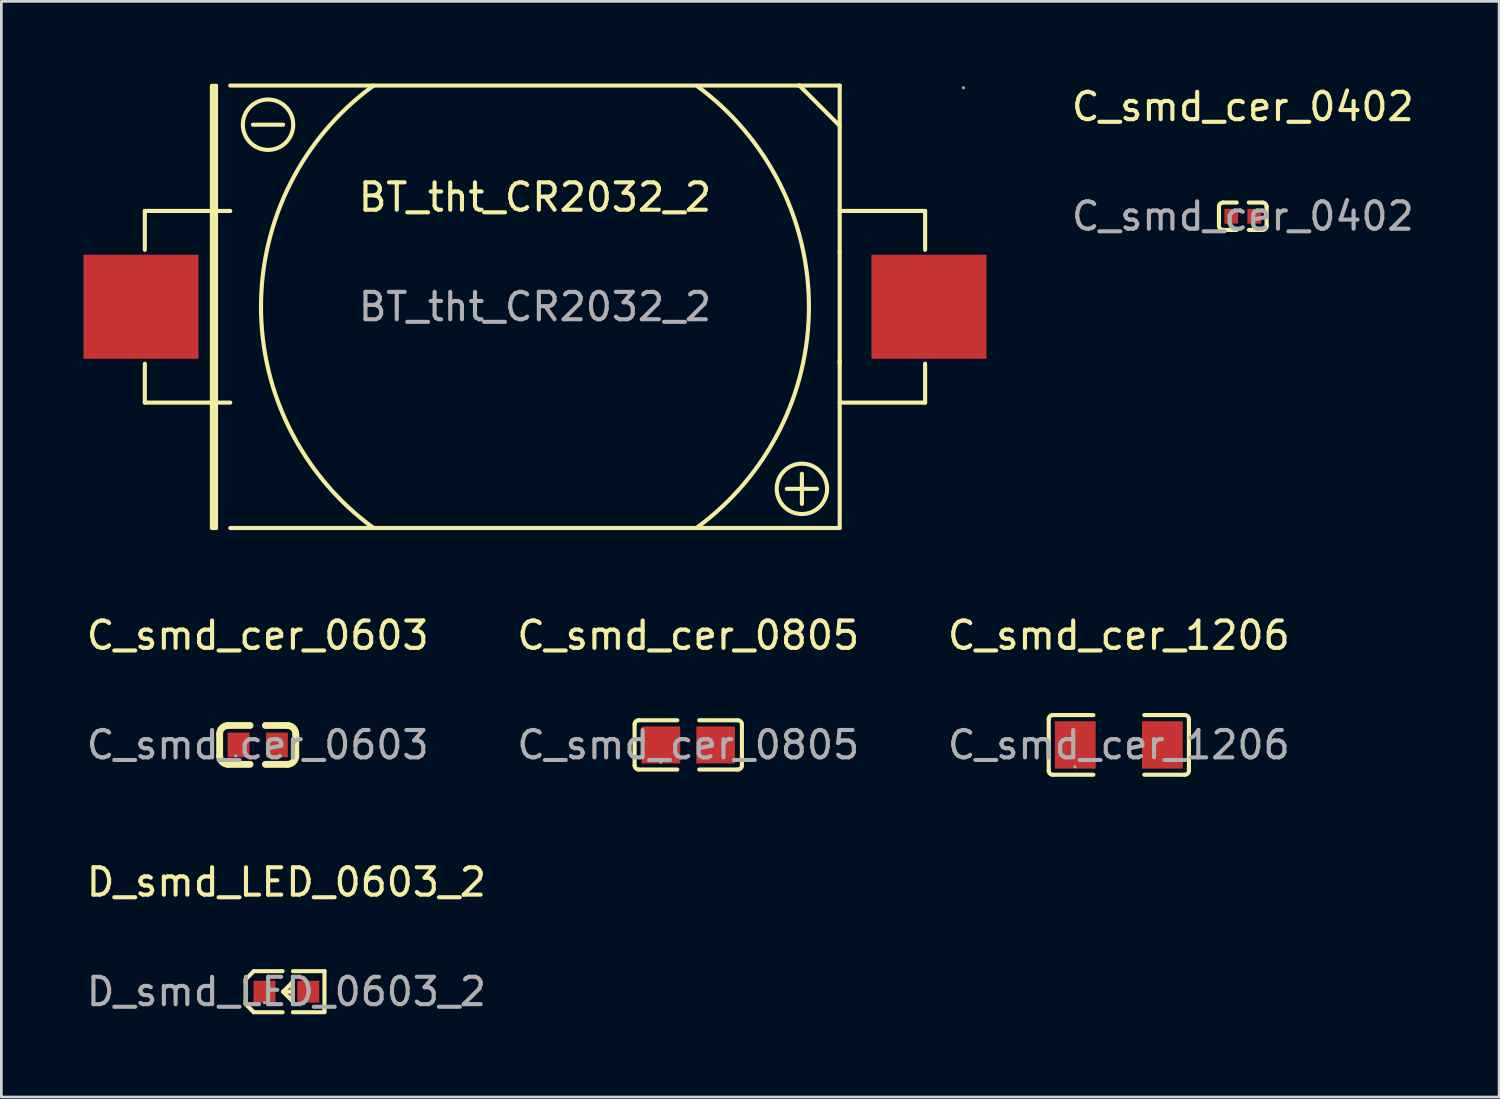
<source format=kicad_pcb>
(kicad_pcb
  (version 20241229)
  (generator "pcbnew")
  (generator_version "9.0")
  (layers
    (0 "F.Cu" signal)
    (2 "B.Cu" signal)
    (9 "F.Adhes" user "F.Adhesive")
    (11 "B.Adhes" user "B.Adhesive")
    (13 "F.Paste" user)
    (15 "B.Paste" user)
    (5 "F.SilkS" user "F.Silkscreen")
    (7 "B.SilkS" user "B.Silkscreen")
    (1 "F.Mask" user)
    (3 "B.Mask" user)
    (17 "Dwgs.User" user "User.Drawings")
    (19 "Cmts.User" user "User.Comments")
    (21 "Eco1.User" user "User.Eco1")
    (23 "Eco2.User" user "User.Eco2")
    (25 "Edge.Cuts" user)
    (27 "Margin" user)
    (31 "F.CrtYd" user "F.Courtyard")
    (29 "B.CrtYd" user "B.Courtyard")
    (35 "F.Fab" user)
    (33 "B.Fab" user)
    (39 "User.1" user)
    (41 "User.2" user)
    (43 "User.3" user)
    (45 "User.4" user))
  (footprint "D_smd_LED_0603_2"
    (layer "F.Cu")
    (at 7.411 33.172)
    (property "Reference" "D_smd_LED_0603_2" (at 0 -4 0) (layer "F.SilkS") (effects (font (size 1 1) (thickness 0.15))))
    (attr smd)
    (fp_line (start -1.49 -0.45) (end -1.19 -0.75) (stroke (width 0.15) (type solid)) (layer "F.SilkS"))
    (fp_line (start -1.49 -0.35) (end -1.49 -0.45) (stroke (width 0.15) (type solid)) (layer "F.SilkS"))
    (fp_line (start -1.49 -0.35) (end -1.49 0.35) (stroke (width 0.15) (type solid)) (layer "F.SilkS"))
    (fp_line (start -1.49 0.35) (end -1.49 0.45) (stroke (width 0.15) (type solid)) (layer "F.SilkS"))
    (fp_line (start -1.49 0.45) (end -1.19 0.75) (stroke (width 0.15) (type solid)) (layer "F.SilkS"))
    (fp_line (start -0.14 -0.75) (end -1.19 -0.75) (stroke (width 0.15) (type solid)) (layer "F.SilkS"))
    (fp_line (start -0.14 0.75) (end -1.19 0.75) (stroke (width 0.15) (type solid)) (layer "F.SilkS"))
    (fp_line (start 0.21 0.33) (end -0.12 0) (stroke (width 0.15) (type solid)) (layer "F.SilkS"))
    (fp_line (start 0.22 -0.35) (end 0.22 -0.34) (stroke (width 0.15) (type solid)) (layer "F.SilkS"))
    (fp_line (start 0.22 -0.35) (end 0.22 0.33) (stroke (width 0.15) (type solid)) (layer "F.SilkS"))
    (fp_line (start 0.22 -0.34) (end -0.12 0) (stroke (width 0.15) (type solid)) (layer "F.SilkS"))
    (fp_line (start 0.22 0) (end -0.12 0) (stroke (width 0.15) (type solid)) (layer "F.SilkS"))
    (fp_line (start 0.22 0.33) (end 0.21 0.33) (stroke (width 0.15) (type solid)) (layer "F.SilkS"))
    (fp_line (start 0.24 -0.75) (end 1.39 -0.75) (stroke (width 0.15) (type solid)) (layer "F.SilkS"))
    (fp_line (start 0.24 0.75) (end 1.39 0.75) (stroke (width 0.15) (type solid)) (layer "F.SilkS"))
    (fp_line (start 1.39 -0.75) (end 1.39 0.73) (stroke (width 0.15) (type solid)) (layer "F.SilkS"))
    (fp_circle (center -0.8 0.4) (end -0.77 0.4) (stroke (width 0.06) (type solid)) (fill no) (layer "F.Fab"))
    (fp_text user "${REFERENCE}" (at 0 0 0) (layer "F.Fab") (effects (font (size 1 1) (thickness 0.15))))
    (pad "1" smd rect (at -0.8 0 90) (size 0.8 0.8) (layers "F.Cu" "F.Mask" "F.Paste"))
    (pad "2" smd rect (at 0.8 0 90) (size 0.8 0.8) (layers "F.Cu" "F.Mask" "F.Paste")))
  (footprint "C_smd_cer_0402"
    (layer "F.Cu")
    (at 42.343 4.848)
    (property "Reference" "C_smd_cer_0402" (at 0 -4 0) (layer "F.SilkS") (effects (font (size 1 1) (thickness 0.15))))
    (attr smd)
    (fp_line (start -0.87 0.35) (end -0.87 -0.35) (stroke (width 0.15) (type solid)) (layer "F.SilkS"))
    (fp_line (start -0.72 -0.5) (end -0.22 -0.5) (stroke (width 0.15) (type solid)) (layer "F.SilkS"))
    (fp_line (start -0.22 0.5) (end -0.72 0.5) (stroke (width 0.15) (type solid)) (layer "F.SilkS"))
    (fp_line (start 0.22 -0.5) (end 0.72 -0.5) (stroke (width 0.15) (type solid)) (layer "F.SilkS"))
    (fp_line (start 0.72 0.5) (end 0.22 0.5) (stroke (width 0.15) (type solid)) (layer "F.SilkS"))
    (fp_line (start 0.87 -0.35) (end 0.87 0.35) (stroke (width 0.15) (type solid)) (layer "F.SilkS"))
    (fp_arc (start -0.87 -0.35) (mid -0.826066 -0.456066) (end -0.72 -0.5) (stroke (width 0.15) (type solid)) (layer "F.SilkS"))
    (fp_arc (start -0.72 0.5) (mid -0.826066 0.456066) (end -0.87 0.35) (stroke (width 0.15) (type solid)) (layer "F.SilkS"))
    (fp_arc (start 0.72 -0.5) (mid 0.826066 -0.456066) (end 0.87 -0.35) (stroke (width 0.15) (type solid)) (layer "F.SilkS"))
    (fp_arc (start 0.87 0.35) (mid 0.826066 0.456066) (end 0.72 0.5) (stroke (width 0.15) (type solid)) (layer "F.SilkS"))
    (fp_circle (center -0.5 0.25) (end -0.47 0.25) (stroke (width 0.06) (type solid)) (fill no) (layer "F.Fab"))
    (fp_text user "${REFERENCE}" (at 0 0 0) (layer "F.Fab") (effects (font (size 1 1) (thickness 0.15))))
    (pad "1" smd rect (at -0.42 0) (size 0.5 0.54) (layers "F.Cu" "F.Mask" "F.Paste"))
    (pad "2" smd rect (at 0.42 0) (size 0.5 0.54) (layers "F.Cu" "F.Mask" "F.Paste")))
  (footprint "BT_tht_CR2032_2"
    (layer "F.Cu")
    (at 16.49 8.155)
    (property "Reference" "BT_tht_CR2032_2" (at 0 -4 0) (layer "F.SilkS") (effects (font (size 1 1) (thickness 0.15))))
    (attr through_hole)
    (fp_line (start -14.25 -3.5) (end -14.25 -2.08) (stroke (width 0.15) (type solid)) (layer "F.SilkS"))
    (fp_line (start -14.25 -3.5) (end -11.13 -3.5) (stroke (width 0.15) (type solid)) (layer "F.SilkS"))
    (fp_line (start -14.25 3.5) (end -14.25 2.08) (stroke (width 0.15) (type solid)) (layer "F.SilkS"))
    (fp_line (start -14.25 3.5) (end -11.13 3.5) (stroke (width 0.15) (type solid)) (layer "F.SilkS"))
    (fp_line (start -11.8 -8.07) (end -11.65 -8.07) (stroke (width 0.15) (type solid)) (layer "F.SilkS"))
    (fp_line (start -11.8 -8.05) (end -11.8 8.05) (stroke (width 0.15) (type solid)) (layer "F.SilkS"))
    (fp_line (start -11.65 -8.07) (end -11.65 8.08) (stroke (width 0.15) (type solid)) (layer "F.SilkS"))
    (fp_line (start -11.65 8.08) (end -11.8 8.08) (stroke (width 0.15) (type solid)) (layer "F.SilkS"))
    (fp_line (start -11.13 -8.08) (end 11.13 -8.08) (stroke (width 0.15) (type solid)) (layer "F.SilkS"))
    (fp_line (start -11.13 8.08) (end 11.13 8.08) (stroke (width 0.15) (type solid)) (layer "F.SilkS"))
    (fp_line (start -9.2 -6.65) (end -10.3 -6.65) (stroke (width 0.15) (type solid)) (layer "F.SilkS"))
    (fp_line (start 9.2 6.65) (end 10.3 6.65) (stroke (width 0.15) (type solid)) (layer "F.SilkS"))
    (fp_line (start 9.64 -8.08) (end 9.66 -8.08) (stroke (width 0.15) (type solid)) (layer "F.SilkS"))
    (fp_line (start 9.66 -8.08) (end 11.13 -6.61) (stroke (width 0.15) (type solid)) (layer "F.SilkS"))
    (fp_line (start 9.75 7.2) (end 9.75 6.1) (stroke (width 0.15) (type solid)) (layer "F.SilkS"))
    (fp_line (start 11.13 -8.08) (end 11.13 -1.98) (stroke (width 0.15) (type solid)) (layer "F.SilkS"))
    (fp_line (start 11.13 -1.98) (end 11.13 2.06) (stroke (width 0.15) (type solid)) (layer "F.SilkS"))
    (fp_line (start 11.13 8.08) (end 11.13 1.98) (stroke (width 0.15) (type solid)) (layer "F.SilkS"))
    (fp_line (start 14.25 -3.5) (end 11.13 -3.5) (stroke (width 0.15) (type solid)) (layer "F.SilkS"))
    (fp_line (start 14.25 -3.5) (end 14.25 -2.08) (stroke (width 0.15) (type solid)) (layer "F.SilkS"))
    (fp_line (start 14.25 3.5) (end 11.13 3.5) (stroke (width 0.15) (type solid)) (layer "F.SilkS"))
    (fp_line (start 14.25 3.5) (end 14.25 2.08) (stroke (width 0.15) (type solid)) (layer "F.SilkS"))
    (fp_arc (start -5.91 8.07) (mid -10.006744 -0.003602) (end -5.904183 -8.07425) (stroke (width 0.15) (type solid)) (layer "F.SilkS"))
    (fp_arc (start 5.91 -8.07) (mid 10.006744 0.003602) (end 5.904183 8.07425) (stroke (width 0.15) (type solid)) (layer "F.SilkS"))
    (fp_circle (center -9.75 -6.65) (end -8.83 -6.65) (stroke (width 0.15) (type solid)) (fill no) (layer "F.SilkS"))
    (fp_circle (center 9.75 6.65) (end 10.67 6.65) (stroke (width 0.15) (type solid)) (fill no) (layer "F.SilkS"))
    (fp_circle (center 15.65 -8) (end 15.68 -8) (stroke (width 0.06) (type solid)) (fill no) (layer "F.Fab"))
    (fp_text user "${REFERENCE}" (at 0 0 0) (layer "F.Fab") (effects (font (size 1 1) (thickness 0.15))))
    (pad "1" smd rect (at 14.39 0) (size 4.2 3.8) (layers "F.Cu" "F.Mask" "F.Paste"))
    (pad "2" smd rect (at -14.39 0) (size 4.2 3.8) (layers "F.Cu" "F.Mask" "F.Paste")))
  (footprint "C_smd_cer_0805"
    (layer "F.Cu")
    (at 22.089 24.158)
    (property "Reference" "C_smd_cer_0805" (at 0 -4 0) (layer "F.SilkS") (effects (font (size 1 1) (thickness 0.15))))
    (attr smd)
    (fp_line (start -1.96 0.75) (end -1.96 -0.75) (stroke (width 0.15) (type solid)) (layer "F.SilkS"))
    (fp_line (start -1.81 -0.9) (end -0.4 -0.9) (stroke (width 0.15) (type solid)) (layer "F.SilkS"))
    (fp_line (start -0.4 0.9) (end -1.81 0.9) (stroke (width 0.15) (type solid)) (layer "F.SilkS"))
    (fp_line (start 0.4 0.9) (end 1.81 0.9) (stroke (width 0.15) (type solid)) (layer "F.SilkS"))
    (fp_line (start 1.81 -0.9) (end 0.4 -0.9) (stroke (width 0.15) (type solid)) (layer "F.SilkS"))
    (fp_line (start 1.96 0.75) (end 1.96 -0.75) (stroke (width 0.15) (type solid)) (layer "F.SilkS"))
    (fp_arc (start -1.96 -0.75) (mid -1.916066 -0.856066) (end -1.81 -0.9) (stroke (width 0.15) (type solid)) (layer "F.SilkS"))
    (fp_arc (start -1.81 0.9) (mid -1.916066 0.856066) (end -1.96 0.75) (stroke (width 0.15) (type solid)) (layer "F.SilkS"))
    (fp_arc (start 1.81 -0.9) (mid 1.916066 -0.856066) (end 1.96 -0.75) (stroke (width 0.15) (type solid)) (layer "F.SilkS"))
    (fp_arc (start 1.96 0.75) (mid 1.916066 0.856066) (end 1.81 0.9) (stroke (width 0.15) (type solid)) (layer "F.SilkS"))
    (fp_circle (center -1 0.63) (end -0.97 0.63) (stroke (width 0.06) (type solid)) (fill no) (layer "F.Fab"))
    (fp_text user "${REFERENCE}" (at 0 0 0) (layer "F.Fab") (effects (font (size 1 1) (thickness 0.15))))
    (pad "1" smd rect (at -1 0) (size 1.41 1.35) (layers "F.Cu" "F.Mask" "F.Paste"))
    (pad "2" smd rect (at 1 0) (size 1.41 1.35) (layers "F.Cu" "F.Mask" "F.Paste")))
  (footprint "C_smd_cer_0603"
    (layer "F.Cu")
    (at 6.363 24.158)
    (property "Reference" "C_smd_cer_0603" (at 0 -4 0) (layer "F.SilkS") (effects (font (size 1 1) (thickness 0.15))))
    (attr smd)
    (fp_line (start -1.39 0.4) (end -1.39 -0.4) (stroke (width 0.25) (type solid)) (layer "F.SilkS"))
    (fp_line (start -0.28 -0.71) (end -1.08 -0.71) (stroke (width 0.25) (type solid)) (layer "F.SilkS"))
    (fp_line (start -0.28 0.71) (end -1.08 0.71) (stroke (width 0.25) (type solid)) (layer "F.SilkS"))
    (fp_line (start 0.28 -0.71) (end 1.08 -0.71) (stroke (width 0.25) (type solid)) (layer "F.SilkS"))
    (fp_line (start 0.28 0.71) (end 1.08 0.71) (stroke (width 0.25) (type solid)) (layer "F.SilkS"))
    (fp_line (start 1.39 -0.4) (end 1.39 0.4) (stroke (width 0.25) (type solid)) (layer "F.SilkS"))
    (fp_arc (start -1.39 -0.4) (mid -1.299203 -0.619203) (end -1.08 -0.71) (stroke (width 0.25) (type solid)) (layer "F.SilkS"))
    (fp_arc (start -1.08 0.71) (mid -1.299203 0.619203) (end -1.39 0.4) (stroke (width 0.25) (type solid)) (layer "F.SilkS"))
    (fp_arc (start 1.08 -0.71) (mid 1.299203 -0.619203) (end 1.39 -0.4) (stroke (width 0.25) (type solid)) (layer "F.SilkS"))
    (fp_arc (start 1.39 0.4) (mid 1.299203 0.619203) (end 1.08 0.71) (stroke (width 0.25) (type solid)) (layer "F.SilkS"))
    (fp_circle (center -0.8 0.4) (end -0.77 0.4) (stroke (width 0.06) (type solid)) (fill no) (layer "F.Fab"))
    (fp_text user "${REFERENCE}" (at 0 0 0) (layer "F.Fab") (effects (font (size 1 1) (thickness 0.15))))
    (pad "1" smd rect (at -0.7 0) (size 0.8 0.9) (layers "F.Cu" "F.Mask" "F.Paste"))
    (pad "2" smd rect (at 0.7 0) (size 0.8 0.9) (layers "F.Cu" "F.Mask" "F.Paste")))
  (footprint "C_smd_cer_1206"
    (layer "F.Cu")
    (at 37.815 24.158)
    (property "Reference" "C_smd_cer_1206" (at 0 -4 0) (layer "F.SilkS") (effects (font (size 1 1) (thickness 0.15))))
    (attr smd)
    (fp_line (start -2.56 0.94) (end -2.56 -0.94) (stroke (width 0.15) (type solid)) (layer "F.SilkS"))
    (fp_line (start -2.41 -1.09) (end -0.93 -1.09) (stroke (width 0.15) (type solid)) (layer "F.SilkS"))
    (fp_line (start -0.93 1.09) (end -2.41 1.09) (stroke (width 0.15) (type solid)) (layer "F.SilkS"))
    (fp_line (start 0.93 1.09) (end 2.41 1.09) (stroke (width 0.15) (type solid)) (layer "F.SilkS"))
    (fp_line (start 2.41 -1.09) (end 0.93 -1.09) (stroke (width 0.15) (type solid)) (layer "F.SilkS"))
    (fp_line (start 2.56 0.94) (end 2.56 -0.94) (stroke (width 0.15) (type solid)) (layer "F.SilkS"))
    (fp_arc (start -2.56 -0.94) (mid -2.516066 -1.046066) (end -2.41 -1.09) (stroke (width 0.15) (type solid)) (layer "F.SilkS"))
    (fp_arc (start -2.41 1.09) (mid -2.516066 1.046066) (end -2.56 0.94) (stroke (width 0.15) (type solid)) (layer "F.SilkS"))
    (fp_arc (start 2.41 -1.09) (mid 2.516066 -1.046066) (end 2.56 -0.94) (stroke (width 0.15) (type solid)) (layer "F.SilkS"))
    (fp_arc (start 2.56 0.94) (mid 2.516066 1.046066) (end 2.41 1.09) (stroke (width 0.15) (type solid)) (layer "F.SilkS"))
    (fp_circle (center -1.6 0.8) (end -1.57 0.8) (stroke (width 0.06) (type solid)) (fill no) (layer "F.Fab"))
    (fp_text user "${REFERENCE}" (at 0 0 0) (layer "F.Fab") (effects (font (size 1 1) (thickness 0.15))))
    (pad "1" smd rect (at -1.59 0) (size 1.49 1.73) (layers "F.Cu" "F.Mask" "F.Paste"))
    (pad "2" smd rect (at 1.59 0) (size 1.49 1.73) (layers "F.Cu" "F.Mask" "F.Paste")))
  (gr_rect
    (start -3 -3)
    (end 51.706 37.02)
    (stroke (width 0.1) (type default))
    (fill no)
    (layer "Edge.Cuts")))
</source>
